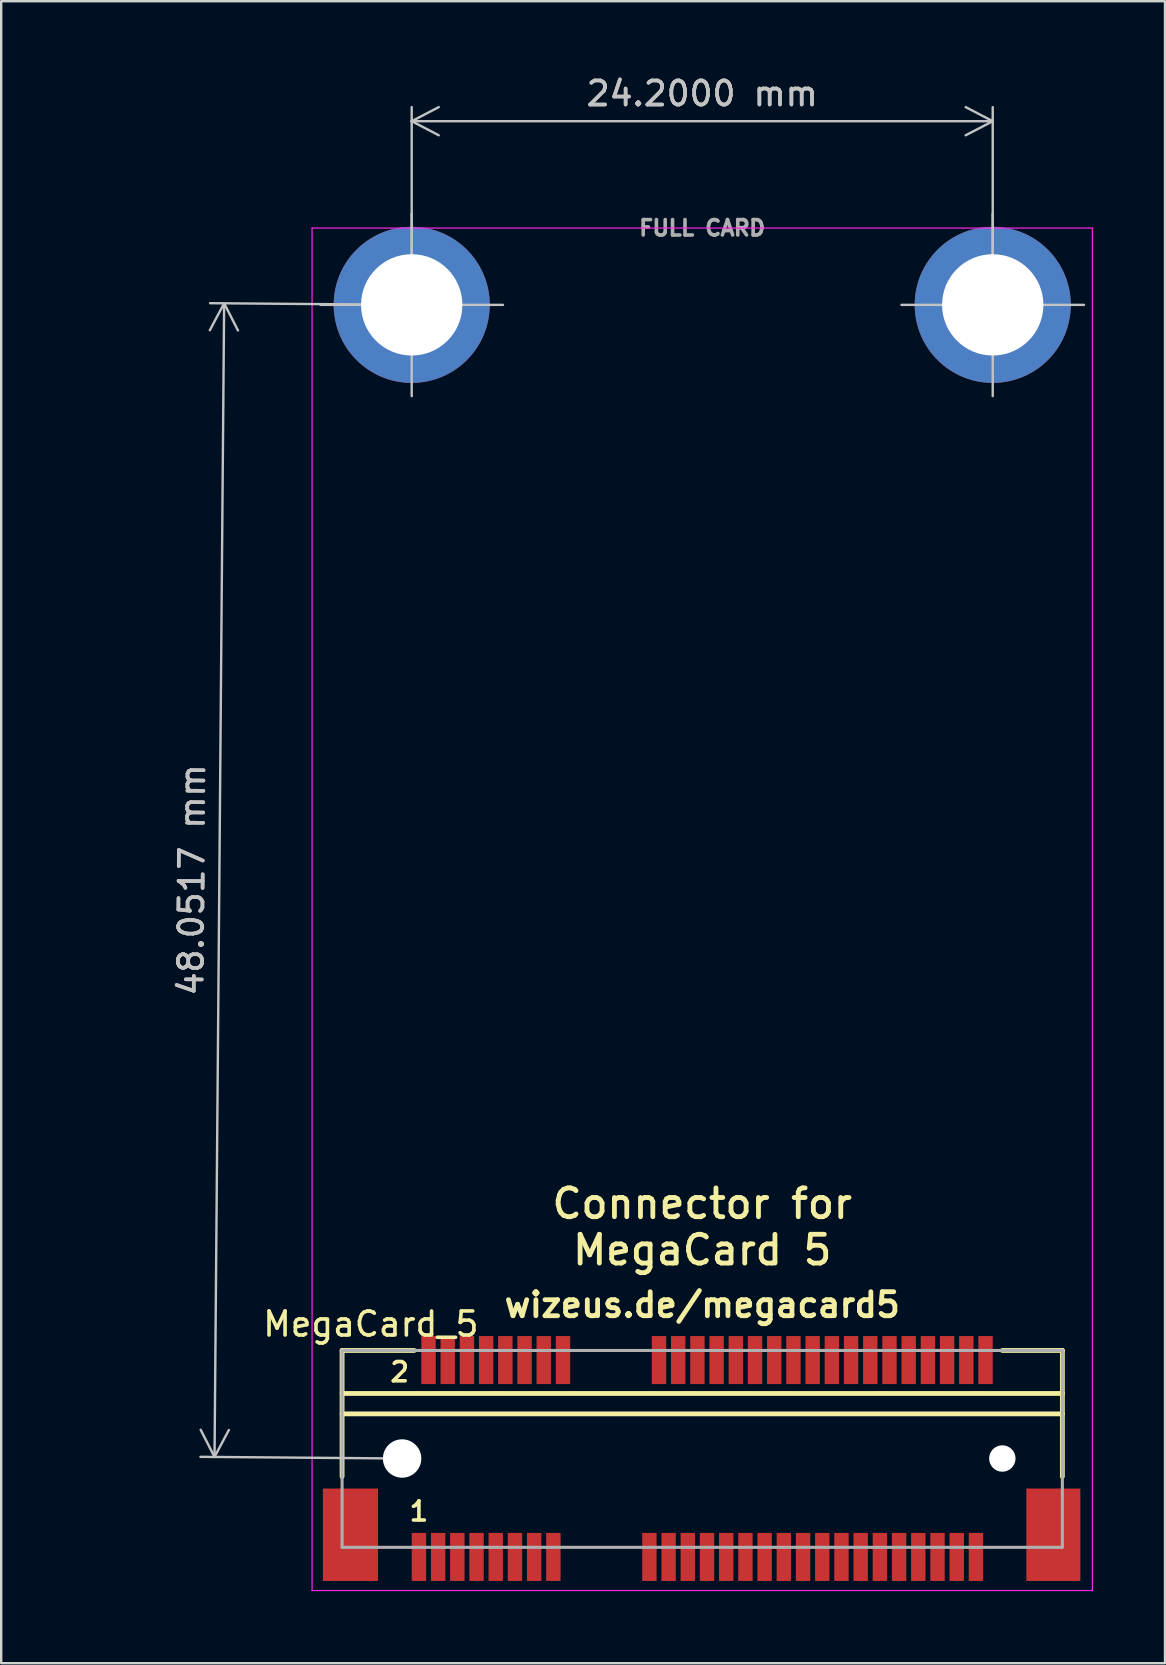
<source format=kicad_pcb>
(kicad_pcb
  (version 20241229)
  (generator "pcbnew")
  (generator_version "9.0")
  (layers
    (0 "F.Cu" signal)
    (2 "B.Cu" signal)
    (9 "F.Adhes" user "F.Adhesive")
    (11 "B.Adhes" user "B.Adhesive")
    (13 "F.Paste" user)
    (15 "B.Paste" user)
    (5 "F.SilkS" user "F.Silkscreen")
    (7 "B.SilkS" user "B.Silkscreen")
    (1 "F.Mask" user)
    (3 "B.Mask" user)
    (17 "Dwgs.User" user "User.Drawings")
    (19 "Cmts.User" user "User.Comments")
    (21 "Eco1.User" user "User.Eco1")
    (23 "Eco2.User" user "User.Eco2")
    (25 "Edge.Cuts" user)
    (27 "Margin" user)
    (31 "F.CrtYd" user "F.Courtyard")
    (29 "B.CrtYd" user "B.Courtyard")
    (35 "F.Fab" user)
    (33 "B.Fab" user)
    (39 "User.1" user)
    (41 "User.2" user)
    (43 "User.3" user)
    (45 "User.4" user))
  (footprint "MegaCard_5"
    (layer "F.Cu")
    (at 26.198 57.698)
    (property "Reference" "MegaCard_5" (at -13.8 -5.6 0) (layer "F.SilkS") (effects (font (size 1.001 1.001) (thickness 0.15))))
    (attr smd)
    (fp_line (start -15 -4.5) (end -15 0.75) (stroke (width 0.2) (type solid)) (layer "F.SilkS"))
    (fp_line (start -15 -2.71) (end 15 -2.71) (stroke (width 0.2) (type solid)) (layer "F.SilkS"))
    (fp_line (start -15 -1.86) (end 15 -1.86) (stroke (width 0.2) (type solid)) (layer "F.SilkS"))
    (fp_line (start -12 -4.5) (end -15 -4.5) (stroke (width 0.2) (type solid)) (layer "F.SilkS"))
    (fp_line (start 15 -4.5) (end 12.5 -4.5) (stroke (width 0.2) (type solid)) (layer "F.SilkS"))
    (fp_line (start 15 0.75) (end 15 -4.5) (stroke (width 0.2) (type solid)) (layer "F.SilkS"))
    (fp_line (start -13.35 -48.05) (end -15.9 -48.05) (stroke (width 0.1) (type default)) (layer "Dwgs.User"))
    (fp_line (start -12.1 -49.3) (end -12.1 -51.85) (stroke (width 0.1) (type default)) (layer "Dwgs.User"))
    (fp_line (start -12.1 -46.8) (end -12.1 -44.25) (stroke (width 0.1) (type default)) (layer "Dwgs.User"))
    (fp_line (start -10.85 -48.05) (end -8.3 -48.05) (stroke (width 0.1) (type default)) (layer "Dwgs.User"))
    (fp_line (start 10.85 -48.05) (end 8.3 -48.05) (stroke (width 0.1) (type default)) (layer "Dwgs.User"))
    (fp_line (start 12.1 -49.3) (end 12.1 -51.85) (stroke (width 0.1) (type default)) (layer "Dwgs.User"))
    (fp_line (start 12.1 -46.8) (end 12.1 -44.25) (stroke (width 0.1) (type default)) (layer "Dwgs.User"))
    (fp_line (start 13.35 -48.05) (end 15.9 -48.05) (stroke (width 0.1) (type default)) (layer "Dwgs.User"))
    (fp_circle (center -12.1 -48.05) (end -10.85 -48.05) (stroke (width 0.1) (type default)) (fill no) (layer "Dwgs.User"))
    (fp_circle (center 12.1 -48.05) (end 13.35 -48.05) (stroke (width 0.1) (type default)) (fill no) (layer "Dwgs.User"))
    (fp_line (start -16.25 -51.25) (end 16.25 -51.25) (stroke (width 0.05) (type solid)) (layer "F.CrtYd"))
    (fp_line (start -16.25 5.5) (end -16.25 -51.25) (stroke (width 0.05) (type solid)) (layer "F.CrtYd"))
    (fp_line (start 16.25 -51.25) (end 16.25 5.5) (stroke (width 0.05) (type solid)) (layer "F.CrtYd"))
    (fp_line (start 16.25 5.5) (end -16.25 5.5) (stroke (width 0.05) (type solid)) (layer "F.CrtYd"))
    (fp_line (start -15 -4.5) (end 15 -4.5) (stroke (width 0.127) (type solid)) (layer "F.Fab"))
    (fp_line (start -15 3.7) (end -15 -4.5) (stroke (width 0.127) (type solid)) (layer "F.Fab"))
    (fp_line (start 15 -4.5) (end 15 3.7) (stroke (width 0.127) (type solid)) (layer "F.Fab"))
    (fp_line (start 15 3.7) (end -15 3.7) (stroke (width 0.127) (type solid)) (layer "F.Fab"))
    (fp_text user "Connector for\nMegaCard 5" (at 0 -9.65 0) (unlocked yes) (layer "F.SilkS") (effects (font (size 1.2 1.2) (thickness 0.2) (bold yes))))
    (fp_text user "wizeus.de/megacard5" (at 0 -6.4 0) (unlocked yes) (layer "F.SilkS") (effects (font (size 1 1) (thickness 0.2) (bold yes))))
    (fp_text user "1" (at -11.8 2.2 0) (layer "F.SilkS") (effects (font (size 0.8 0.8) (thickness 0.15))))
    (fp_text user "2" (at -12.6 -3.6 0) (layer "F.SilkS") (effects (font (size 0.8 0.8) (thickness 0.15))))
    (fp_text user "FULL CARD" (at 0 -51.25 0) (layer "F.Fab") (effects (font (size 0.641 0.641) (thickness 0.15))))
    (dimension (type aligned) (layer "Dwgs.User") (pts (xy 14.098 9.648) (xy 38.298 9.648)) (height -7.65) (format (prefix "") (suffix "") (units 3) (units_format 1) (precision 4)) (style (thickness 0.1) (arrow_length 1.27) (text_position_mode 0) (arrow_direction outward) (extension_height 0.586) (extension_offset 0.5) (keep_text_aligned yes)) (gr_text "24.2000 mm" (at 26.198 0.848 0) (layer "Dwgs.User") (effects (font (size 1 1) (thickness 0.15)))))
    (dimension (type aligned) (layer "Dwgs.User") (pts (xy 13.698 57.698) (xy 14.098 9.648)) (height -7.813) (format (prefix "") (suffix "") (units 3) (units_format 1) (precision 4)) (style (thickness 0.1) (arrow_length 1.27) (text_position_mode 0) (arrow_direction outward) (extension_height 0.586) (extension_offset 0.5) (keep_text_aligned yes)) (gr_text "48.0517 mm" (at 4.935 33.599 89.523) (layer "Dwgs.User") (effects (font (size 1 1) (thickness 0.15)))))
    (pad "" np_thru_hole circle (at -12.5 0) (size 1.6 1.6) (drill 1.6) (layers "*.Cu" "*.Mask"))
    (pad "" np_thru_hole circle (at 12.5 0) (size 1.1 1.1) (drill 1.1) (layers "*.Cu" "*.Mask"))
    (pad "1" smd rect (at -11.8 4.1) (size 0.6 2) (layers "F.Cu" "F.Mask" "F.Paste"))
    (pad "2" smd rect (at -11.4 -4.1) (size 0.6 2) (layers "F.Cu" "F.Mask" "F.Paste"))
    (pad "3" smd rect (at -11 4.1) (size 0.6 2) (layers "F.Cu" "F.Mask" "F.Paste"))
    (pad "4" smd rect (at -10.6 -4.1) (size 0.6 2) (layers "F.Cu" "F.Mask" "F.Paste"))
    (pad "5" smd rect (at -10.2 4.1) (size 0.6 2) (layers "F.Cu" "F.Mask" "F.Paste"))
    (pad "6" smd rect (at -9.8 -4.1) (size 0.6 2) (layers "F.Cu" "F.Mask" "F.Paste"))
    (pad "7" smd rect (at -9.4 4.1) (size 0.6 2) (layers "F.Cu" "F.Mask" "F.Paste"))
    (pad "8" smd rect (at -9 -4.1) (size 0.6 2) (layers "F.Cu" "F.Mask" "F.Paste"))
    (pad "9" smd rect (at -8.6 4.1) (size 0.6 2) (layers "F.Cu" "F.Mask" "F.Paste"))
    (pad "10" smd rect (at -8.2 -4.1) (size 0.6 2) (layers "F.Cu" "F.Mask" "F.Paste"))
    (pad "11" smd rect (at -7.8 4.1) (size 0.6 2) (layers "F.Cu" "F.Mask" "F.Paste"))
    (pad "12" smd rect (at -7.4 -4.1) (size 0.6 2) (layers "F.Cu" "F.Mask" "F.Paste"))
    (pad "13" smd rect (at -7 4.1) (size 0.6 2) (layers "F.Cu" "F.Mask" "F.Paste"))
    (pad "14" smd rect (at -6.6 -4.1) (size 0.6 2) (layers "F.Cu" "F.Mask" "F.Paste"))
    (pad "15" smd rect (at -6.2 4.1) (size 0.6 2) (layers "F.Cu" "F.Mask" "F.Paste"))
    (pad "16" smd rect (at -5.8 -4.1) (size 0.6 2) (layers "F.Cu" "F.Mask" "F.Paste"))
    (pad "17" smd rect (at -2.2 4.1) (size 0.6 2) (layers "F.Cu" "F.Mask" "F.Paste"))
    (pad "18" smd rect (at -1.8 -4.1) (size 0.6 2) (layers "F.Cu" "F.Mask" "F.Paste"))
    (pad "19" smd rect (at -1.4 4.1) (size 0.6 2) (layers "F.Cu" "F.Mask" "F.Paste"))
    (pad "20" smd rect (at -1 -4.1) (size 0.6 2) (layers "F.Cu" "F.Mask" "F.Paste"))
    (pad "21" smd rect (at -0.6 4.1) (size 0.6 2) (layers "F.Cu" "F.Mask" "F.Paste"))
    (pad "22" smd rect (at -0.2 -4.1) (size 0.6 2) (layers "F.Cu" "F.Mask" "F.Paste"))
    (pad "23" smd rect (at 0.2 4.1) (size 0.6 2) (layers "F.Cu" "F.Mask" "F.Paste"))
    (pad "24" smd rect (at 0.6 -4.1) (size 0.6 2) (layers "F.Cu" "F.Mask" "F.Paste"))
    (pad "25" smd rect (at 1 4.1) (size 0.6 2) (layers "F.Cu" "F.Mask" "F.Paste"))
    (pad "26" smd rect (at 1.4 -4.1) (size 0.6 2) (layers "F.Cu" "F.Mask" "F.Paste"))
    (pad "27" smd rect (at 1.8 4.1) (size 0.6 2) (layers "F.Cu" "F.Mask" "F.Paste"))
    (pad "28" smd rect (at 2.2 -4.1) (size 0.6 2) (layers "F.Cu" "F.Mask" "F.Paste"))
    (pad "29" smd rect (at 2.6 4.1) (size 0.6 2) (layers "F.Cu" "F.Mask" "F.Paste"))
    (pad "30" smd rect (at 3 -4.1) (size 0.6 2) (layers "F.Cu" "F.Mask" "F.Paste"))
    (pad "31" smd rect (at 3.4 4.1) (size 0.6 2) (layers "F.Cu" "F.Mask" "F.Paste"))
    (pad "32" smd rect (at 3.8 -4.1) (size 0.6 2) (layers "F.Cu" "F.Mask" "F.Paste"))
    (pad "33" smd rect (at 4.2 4.1) (size 0.6 2) (layers "F.Cu" "F.Mask" "F.Paste"))
    (pad "34" smd rect (at 4.6 -4.1) (size 0.6 2) (layers "F.Cu" "F.Mask" "F.Paste"))
    (pad "35" smd rect (at 5 4.1) (size 0.6 2) (layers "F.Cu" "F.Mask" "F.Paste"))
    (pad "36" smd rect (at 5.4 -4.1) (size 0.6 2) (layers "F.Cu" "F.Mask" "F.Paste"))
    (pad "37" smd rect (at 5.8 4.1) (size 0.6 2) (layers "F.Cu" "F.Mask" "F.Paste"))
    (pad "38" smd rect (at 6.2 -4.1) (size 0.6 2) (layers "F.Cu" "F.Mask" "F.Paste"))
    (pad "39" smd rect (at 6.6 4.1) (size 0.6 2) (layers "F.Cu" "F.Mask" "F.Paste"))
    (pad "40" smd rect (at 7 -4.1) (size 0.6 2) (layers "F.Cu" "F.Mask" "F.Paste"))
    (pad "41" smd rect (at 7.4 4.1) (size 0.6 2) (layers "F.Cu" "F.Mask" "F.Paste"))
    (pad "42" smd rect (at 7.8 -4.1) (size 0.6 2) (layers "F.Cu" "F.Mask" "F.Paste"))
    (pad "43" smd rect (at 8.2 4.1) (size 0.6 2) (layers "F.Cu" "F.Mask" "F.Paste"))
    (pad "44" smd rect (at 8.6 -4.1) (size 0.6 2) (layers "F.Cu" "F.Mask" "F.Paste"))
    (pad "45" smd rect (at 9 4.1) (size 0.6 2) (layers "F.Cu" "F.Mask" "F.Paste"))
    (pad "46" smd rect (at 9.4 -4.1) (size 0.6 2) (layers "F.Cu" "F.Mask" "F.Paste"))
    (pad "47" smd rect (at 9.8 4.1) (size 0.6 2) (layers "F.Cu" "F.Mask" "F.Paste"))
    (pad "48" smd rect (at 10.2 -4.1) (size 0.6 2) (layers "F.Cu" "F.Mask" "F.Paste"))
    (pad "49" smd rect (at 10.6 4.1) (size 0.6 2) (layers "F.Cu" "F.Mask" "F.Paste"))
    (pad "50" smd rect (at 11 -4.1) (size 0.6 2) (layers "F.Cu" "F.Mask" "F.Paste"))
    (pad "51" smd rect (at 11.4 4.1) (size 0.6 2) (layers "F.Cu" "F.Mask" "F.Paste"))
    (pad "52" smd rect (at 11.8 -4.1) (size 0.6 2) (layers "F.Cu" "F.Mask" "F.Paste"))
    (pad "P1" smd rect (at -14.65 3.175) (size 2.3 3.85) (layers "F.Cu" "F.Mask" "F.Paste"))
    (pad "P2" smd rect (at 14.625 3.175) (size 2.25 3.85) (layers "F.Cu" "F.Mask" "F.Paste"))
    (pad "P3" thru_hole circle (at 12.1 -48.05) (size 6.5 6.5) (drill 4.22) (layers "*.Cu" "*.Mask"))
    (pad "P4" thru_hole circle (at -12.1 -48.05) (size 6.5 6.5) (drill 4.22) (layers "*.Cu" "*.Mask")))
  (gr_rect
    (start -3 -3)
    (end 45.473 66.223)
    (stroke (width 0.1) (type default))
    (fill no)
    (layer "Edge.Cuts")))
</source>
